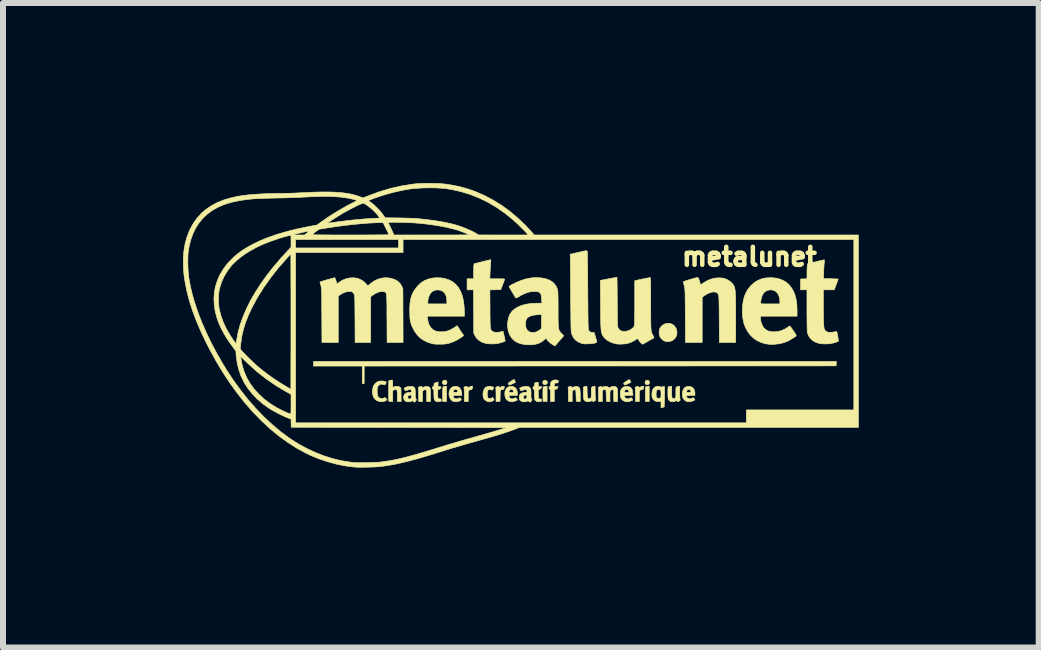
<source format=kicad_pcb>
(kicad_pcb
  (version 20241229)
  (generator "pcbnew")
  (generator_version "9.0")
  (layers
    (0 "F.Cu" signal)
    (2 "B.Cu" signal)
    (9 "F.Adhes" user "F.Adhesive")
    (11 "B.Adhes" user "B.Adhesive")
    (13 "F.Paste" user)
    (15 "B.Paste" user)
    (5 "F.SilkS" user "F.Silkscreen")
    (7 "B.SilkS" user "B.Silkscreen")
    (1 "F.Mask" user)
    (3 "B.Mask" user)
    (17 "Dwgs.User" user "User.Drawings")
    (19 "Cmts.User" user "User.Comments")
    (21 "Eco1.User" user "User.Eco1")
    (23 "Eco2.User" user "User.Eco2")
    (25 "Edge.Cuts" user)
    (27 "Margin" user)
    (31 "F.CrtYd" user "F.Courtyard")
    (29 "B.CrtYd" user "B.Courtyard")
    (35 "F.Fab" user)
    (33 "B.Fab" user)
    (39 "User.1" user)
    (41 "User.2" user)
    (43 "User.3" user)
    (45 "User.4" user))
  (footprint "metalunet"
    (layer "F.Cu")
    (at 5.629 2.371)
    (property "Reference" "metalunet" (at 3.81 -1.143 0) (layer "F.SilkS") (effects (font (size 0.3 0.3) (thickness 0.075))))
    (attr through_hole)
    (fp_poly (pts (xy 5.257 0.64) (xy 5.255 0.676) (xy 1.322 0.678) (xy -2.61 0.679) (xy -2.61 0.972) (xy -2.642 0.972) (xy -2.642 0.679) (xy -3.454 0.679) (xy -3.454 0.603) (xy 5.258 0.603) (xy 5.257 0.64)) (stroke (width 0.01) (type solid)) (fill yes) (layer "F.SilkS"))
    (fp_poly (pts (xy -1.246 0.919) (xy -1.234 0.932) (xy -1.23 0.954) (xy -1.235 0.973) (xy -1.249 0.985) (xy -1.266 0.991) (xy -1.285 0.988) (xy -1.298 0.979) (xy -1.307 0.961) (xy -1.306 0.942) (xy -1.296 0.926) (xy -1.279 0.916) (xy -1.267 0.914) (xy -1.246 0.919)) (stroke (width 0.01) (type solid)) (fill yes) (layer "F.SilkS"))
    (fp_poly (pts (xy 2.14 1.27) (xy 2.076 1.27) (xy 2.076 1.146) (xy 2.077 1.101) (xy 2.077 1.068) (xy 2.078 1.045) (xy 2.08 1.03) (xy 2.083 1.023) (xy 2.084 1.022) (xy 2.096 1.021) (xy 2.113 1.019) (xy 2.116 1.018) (xy 2.14 1.014) (xy 2.14 1.27)) (stroke (width 0.01) (type solid)) (fill yes) (layer "F.SilkS"))
    (fp_poly (pts (xy -1.238 1.27) (xy -1.302 1.27) (xy -1.302 1.146) (xy -1.302 1.104) (xy -1.301 1.072) (xy -1.301 1.05) (xy -1.299 1.036) (xy -1.297 1.027) (xy -1.295 1.023) (xy -1.291 1.022) (xy -1.29 1.022) (xy -1.275 1.021) (xy -1.258 1.018) (xy -1.238 1.014) (xy -1.238 1.27)) (stroke (width 0.01) (type solid)) (fill yes) (layer "F.SilkS"))
    (fp_poly (pts (xy 2.127 0.92) (xy 2.14 0.933) (xy 2.146 0.95) (xy 2.143 0.968) (xy 2.135 0.98) (xy 2.117 0.989) (xy 2.097 0.989) (xy 2.08 0.981) (xy 2.08 0.981) (xy 2.073 0.967) (xy 2.07 0.953) (xy 2.075 0.931) (xy 2.09 0.918) (xy 2.108 0.914) (xy 2.127 0.92)) (stroke (width 0.01) (type solid)) (fill yes) (layer "F.SilkS"))
    (fp_poly (pts (xy 0.419 0.918) (xy 0.435 0.93) (xy 0.438 0.935) (xy 0.444 0.949) (xy 0.443 0.96) (xy 0.438 0.97) (xy 0.423 0.984) (xy 0.404 0.99) (xy 0.384 0.985) (xy 0.378 0.982) (xy 0.368 0.968) (xy 0.366 0.953) (xy 0.371 0.933) (xy 0.384 0.92) (xy 0.401 0.915) (xy 0.419 0.918)) (stroke (width 0.01) (type solid)) (fill yes) (layer "F.SilkS"))
    (fp_poly (pts (xy 0.438 1.27) (xy 0.407 1.27) (xy 0.389 1.269) (xy 0.376 1.267) (xy 0.373 1.266) (xy 0.371 1.258) (xy 0.37 1.24) (xy 0.369 1.215) (xy 0.369 1.184) (xy 0.368 1.151) (xy 0.369 1.117) (xy 0.369 1.086) (xy 0.37 1.058) (xy 0.371 1.038) (xy 0.373 1.028) (xy 0.373 1.027) (xy 0.382 1.024) (xy 0.398 1.021) (xy 0.408 1.019) (xy 0.438 1.015) (xy 0.438 1.27)) (stroke (width 0.01) (type solid)) (fill yes) (layer "F.SilkS"))
    (fp_poly (pts (xy 1.81 0.907) (xy 1.821 0.92) (xy 1.822 0.922) (xy 1.831 0.937) (xy 1.835 0.946) (xy 1.835 0.947) (xy 1.83 0.951) (xy 1.816 0.959) (xy 1.797 0.969) (xy 1.776 0.979) (xy 1.756 0.988) (xy 1.741 0.993) (xy 1.741 0.993) (xy 1.728 0.993) (xy 1.721 0.985) (xy 1.716 0.972) (xy 1.714 0.966) (xy 1.72 0.96) (xy 1.734 0.949) (xy 1.756 0.934) (xy 1.783 0.917) (xy 1.802 0.906) (xy 1.81 0.907)) (stroke (width 0.01) (type solid)) (fill yes) (layer "F.SilkS"))
    (fp_poly (pts (xy -0.112 0.902) (xy -0.107 0.91) (xy -0.1 0.924) (xy -0.093 0.938) (xy -0.089 0.948) (xy -0.089 0.949) (xy -0.094 0.953) (xy -0.108 0.96) (xy -0.127 0.97) (xy -0.148 0.979) (xy -0.168 0.988) (xy -0.183 0.993) (xy -0.184 0.994) (xy -0.196 0.993) (xy -0.203 0.985) (xy -0.208 0.972) (xy -0.21 0.966) (xy -0.205 0.961) (xy -0.192 0.951) (xy -0.174 0.938) (xy -0.155 0.926) (xy -0.136 0.914) (xy -0.121 0.906) (xy -0.112 0.902) (xy -0.112 0.902)) (stroke (width 0.01) (type solid)) (fill yes) (layer "F.SilkS"))
    (fp_poly (pts (xy 2.48 -0.032) (xy 2.511 -0.023) (xy 2.547 -0.002) (xy 2.573 0.027) (xy 2.592 0.06) (xy 2.601 0.097) (xy 2.602 0.135) (xy 2.595 0.172) (xy 2.578 0.206) (xy 2.553 0.235) (xy 2.519 0.258) (xy 2.519 0.258) (xy 2.479 0.27) (xy 2.438 0.273) (xy 2.4 0.264) (xy 2.389 0.26) (xy 2.359 0.24) (xy 2.333 0.212) (xy 2.314 0.181) (xy 2.314 0.18) (xy 2.308 0.155) (xy 2.305 0.124) (xy 2.307 0.092) (xy 2.313 0.064) (xy 2.315 0.059) (xy 2.336 0.023) (xy 2.365 -0.004) (xy 2.401 -0.023) (xy 2.44 -0.033) (xy 2.48 -0.032)) (stroke (width 0.01) (type solid)) (fill yes) (layer "F.SilkS"))
    (fp_poly (pts (xy -0.808 1.016) (xy -0.802 1.02) (xy -0.802 1.029) (xy -0.807 1.047) (xy -0.807 1.049) (xy -0.814 1.065) (xy -0.822 1.072) (xy -0.831 1.073) (xy -0.85 1.077) (xy -0.862 1.083) (xy -0.868 1.088) (xy -0.872 1.094) (xy -0.874 1.103) (xy -0.876 1.119) (xy -0.876 1.142) (xy -0.876 1.176) (xy -0.876 1.181) (xy -0.876 1.27) (xy -0.94 1.27) (xy -0.94 1.179) (xy -0.94 1.143) (xy -0.941 1.11) (xy -0.942 1.081) (xy -0.943 1.062) (xy -0.944 1.059) (xy -0.948 1.03) (xy -0.921 1.022) (xy -0.9 1.019) (xy -0.888 1.023) (xy -0.883 1.036) (xy -0.883 1.04) (xy -0.879 1.043) (xy -0.867 1.036) (xy -0.863 1.032) (xy -0.839 1.019) (xy -0.822 1.016) (xy -0.808 1.016)) (stroke (width 0.01) (type solid)) (fill yes) (layer "F.SilkS"))
    (fp_poly (pts (xy -0.283 1.017) (xy -0.274 1.021) (xy -0.273 1.025) (xy -0.275 1.036) (xy -0.28 1.053) (xy -0.28 1.053) (xy -0.288 1.068) (xy -0.299 1.073) (xy -0.304 1.073) (xy -0.318 1.074) (xy -0.329 1.078) (xy -0.336 1.086) (xy -0.34 1.101) (xy -0.343 1.124) (xy -0.344 1.157) (xy -0.344 1.178) (xy -0.346 1.267) (xy -0.379 1.269) (xy -0.413 1.271) (xy -0.413 1.164) (xy -0.413 1.128) (xy -0.414 1.095) (xy -0.415 1.068) (xy -0.416 1.05) (xy -0.416 1.044) (xy -0.417 1.035) (xy -0.41 1.029) (xy -0.394 1.023) (xy -0.372 1.019) (xy -0.36 1.021) (xy -0.356 1.031) (xy -0.356 1.032) (xy -0.353 1.04) (xy -0.345 1.039) (xy -0.33 1.029) (xy -0.315 1.021) (xy -0.298 1.017) (xy -0.283 1.017)) (stroke (width 0.01) (type solid)) (fill yes) (layer "F.SilkS"))
    (fp_poly (pts (xy 2.043 1.017) (xy 2.049 1.02) (xy 2.049 1.03) (xy 2.045 1.049) (xy 2.044 1.049) (xy 2.038 1.065) (xy 2.031 1.072) (xy 2.02 1.073) (xy 2.002 1.077) (xy 1.989 1.083) (xy 1.983 1.088) (xy 1.979 1.094) (xy 1.977 1.103) (xy 1.976 1.119) (xy 1.975 1.142) (xy 1.975 1.176) (xy 1.975 1.181) (xy 1.975 1.27) (xy 1.911 1.27) (xy 1.911 1.169) (xy 1.911 1.133) (xy 1.91 1.1) (xy 1.909 1.073) (xy 1.908 1.054) (xy 1.907 1.049) (xy 1.906 1.037) (xy 1.91 1.03) (xy 1.922 1.025) (xy 1.93 1.022) (xy 1.951 1.018) (xy 1.963 1.021) (xy 1.968 1.031) (xy 1.968 1.036) (xy 1.969 1.044) (xy 1.973 1.044) (xy 1.983 1.036) (xy 1.988 1.032) (xy 2.013 1.019) (xy 2.029 1.016) (xy 2.043 1.017)) (stroke (width 0.01) (type solid)) (fill yes) (layer "F.SilkS"))
    (fp_poly (pts (xy -2.143 0.913) (xy -2.139 0.918) (xy -2.137 0.923) (xy -2.136 0.936) (xy -2.134 0.957) (xy -2.134 0.982) (xy -2.134 0.986) (xy -2.134 1.034) (xy -2.112 1.025) (xy -2.08 1.017) (xy -2.05 1.017) (xy -2.024 1.025) (xy -2.015 1.031) (xy -1.997 1.047) (xy -1.995 1.158) (xy -1.993 1.27) (xy -2.057 1.27) (xy -2.057 1.181) (xy -2.058 1.137) (xy -2.06 1.106) (xy -2.063 1.084) (xy -2.07 1.072) (xy -2.08 1.067) (xy -2.093 1.069) (xy -2.111 1.077) (xy -2.112 1.077) (xy -2.134 1.087) (xy -2.134 1.27) (xy -2.166 1.27) (xy -2.187 1.268) (xy -2.199 1.264) (xy -2.201 1.262) (xy -2.201 1.254) (xy -2.202 1.234) (xy -2.202 1.206) (xy -2.202 1.17) (xy -2.202 1.129) (xy -2.202 1.089) (xy -2.2 0.925) (xy -2.171 0.917) (xy -2.153 0.913) (xy -2.143 0.913)) (stroke (width 0.01) (type solid)) (fill yes) (layer "F.SilkS"))
    (fp_poly (pts (xy 0.586 0.911) (xy 0.61 0.915) (xy 0.623 0.921) (xy 0.627 0.93) (xy 0.623 0.944) (xy 0.623 0.945) (xy 0.616 0.958) (xy 0.606 0.962) (xy 0.596 0.961) (xy 0.576 0.961) (xy 0.564 0.972) (xy 0.559 0.992) (xy 0.559 0.998) (xy 0.559 1.022) (xy 0.622 1.022) (xy 0.613 1.043) (xy 0.605 1.058) (xy 0.592 1.064) (xy 0.582 1.066) (xy 0.559 1.068) (xy 0.559 1.27) (xy 0.495 1.27) (xy 0.495 1.169) (xy 0.495 1.131) (xy 0.495 1.104) (xy 0.494 1.086) (xy 0.492 1.075) (xy 0.489 1.069) (xy 0.485 1.066) (xy 0.483 1.065) (xy 0.473 1.058) (xy 0.47 1.043) (xy 0.47 1.042) (xy 0.472 1.028) (xy 0.479 1.023) (xy 0.483 1.022) (xy 0.49 1.021) (xy 0.494 1.013) (xy 0.495 0.997) (xy 0.495 0.992) (xy 0.497 0.97) (xy 0.501 0.951) (xy 0.503 0.946) (xy 0.519 0.928) (xy 0.542 0.916) (xy 0.569 0.91) (xy 0.586 0.911)) (stroke (width 0.01) (type solid)) (fill yes) (layer "F.SilkS"))
    (fp_poly (pts (xy -1.542 1.022) (xy -1.521 1.037) (xy -1.519 1.038) (xy -1.514 1.045) (xy -1.51 1.052) (xy -1.508 1.063) (xy -1.506 1.078) (xy -1.505 1.1) (xy -1.505 1.132) (xy -1.505 1.162) (xy -1.505 1.27) (xy -1.568 1.27) (xy -1.568 1.182) (xy -1.569 1.149) (xy -1.569 1.12) (xy -1.571 1.098) (xy -1.572 1.085) (xy -1.572 1.083) (xy -1.581 1.075) (xy -1.597 1.074) (xy -1.616 1.079) (xy -1.623 1.083) (xy -1.629 1.088) (xy -1.633 1.093) (xy -1.636 1.102) (xy -1.637 1.116) (xy -1.638 1.137) (xy -1.638 1.169) (xy -1.638 1.182) (xy -1.638 1.27) (xy -1.702 1.27) (xy -1.702 1.164) (xy -1.702 1.127) (xy -1.703 1.095) (xy -1.704 1.068) (xy -1.705 1.05) (xy -1.706 1.044) (xy -1.706 1.035) (xy -1.699 1.029) (xy -1.683 1.023) (xy -1.661 1.019) (xy -1.649 1.021) (xy -1.645 1.031) (xy -1.645 1.033) (xy -1.642 1.04) (xy -1.64 1.04) (xy -1.601 1.023) (xy -1.568 1.017) (xy -1.542 1.022)) (stroke (width 0.01) (type solid)) (fill yes) (layer "F.SilkS"))
    (fp_poly (pts (xy 0.961 1.027) (xy 0.979 1.044) (xy 0.984 1.055) (xy 0.986 1.069) (xy 0.988 1.092) (xy 0.99 1.124) (xy 0.991 1.16) (xy 0.991 1.173) (xy 0.991 1.271) (xy 0.957 1.269) (xy 0.924 1.267) (xy 0.921 1.172) (xy 0.919 1.135) (xy 0.918 1.109) (xy 0.917 1.092) (xy 0.914 1.082) (xy 0.911 1.077) (xy 0.906 1.075) (xy 0.903 1.074) (xy 0.887 1.076) (xy 0.873 1.082) (xy 0.867 1.087) (xy 0.862 1.092) (xy 0.86 1.101) (xy 0.858 1.115) (xy 0.857 1.136) (xy 0.857 1.168) (xy 0.857 1.181) (xy 0.857 1.27) (xy 0.794 1.27) (xy 0.794 1.173) (xy 0.793 1.137) (xy 0.793 1.104) (xy 0.792 1.077) (xy 0.79 1.058) (xy 0.79 1.053) (xy 0.788 1.038) (xy 0.791 1.03) (xy 0.802 1.025) (xy 0.813 1.022) (xy 0.832 1.019) (xy 0.843 1.021) (xy 0.851 1.032) (xy 0.852 1.037) (xy 0.858 1.037) (xy 0.872 1.032) (xy 0.879 1.029) (xy 0.909 1.018) (xy 0.938 1.018) (xy 0.961 1.027)) (stroke (width 0.01) (type solid)) (fill yes) (layer "F.SilkS"))
    (fp_poly (pts (xy -0.477 1.022) (xy -0.471 1.025) (xy -0.456 1.034) (xy -0.452 1.044) (xy -0.457 1.056) (xy -0.464 1.066) (xy -0.474 1.078) (xy -0.482 1.081) (xy -0.493 1.076) (xy -0.495 1.075) (xy -0.516 1.068) (xy -0.536 1.072) (xy -0.55 1.086) (xy -0.551 1.089) (xy -0.555 1.104) (xy -0.558 1.126) (xy -0.559 1.149) (xy -0.558 1.175) (xy -0.554 1.193) (xy -0.548 1.206) (xy -0.546 1.209) (xy -0.528 1.223) (xy -0.509 1.224) (xy -0.487 1.213) (xy -0.487 1.213) (xy -0.471 1.2) (xy -0.457 1.219) (xy -0.448 1.233) (xy -0.447 1.241) (xy -0.453 1.249) (xy -0.454 1.251) (xy -0.466 1.259) (xy -0.486 1.267) (xy -0.508 1.274) (xy -0.527 1.276) (xy -0.528 1.276) (xy -0.539 1.274) (xy -0.556 1.269) (xy -0.561 1.267) (xy -0.591 1.251) (xy -0.613 1.228) (xy -0.626 1.197) (xy -0.63 1.156) (xy -0.631 1.149) (xy -0.626 1.108) (xy -0.614 1.073) (xy -0.596 1.044) (xy -0.583 1.033) (xy -0.561 1.023) (xy -0.533 1.017) (xy -0.503 1.017) (xy -0.477 1.022)) (stroke (width 0.01) (type solid)) (fill yes) (layer "F.SilkS"))
    (fp_poly (pts (xy -1.078 1.018) (xy -1.043 1.026) (xy -1.017 1.045) (xy -0.998 1.073) (xy -0.988 1.112) (xy -0.986 1.127) (xy -0.983 1.168) (xy -1.124 1.168) (xy -1.124 1.184) (xy -1.119 1.204) (xy -1.104 1.218) (xy -1.083 1.225) (xy -1.058 1.224) (xy -1.034 1.215) (xy -1.02 1.209) (xy -1.011 1.21) (xy -1.003 1.218) (xy -1.002 1.219) (xy -0.994 1.232) (xy -0.992 1.241) (xy -1.002 1.252) (xy -1.022 1.262) (xy -1.047 1.27) (xy -1.075 1.274) (xy -1.102 1.273) (xy -1.122 1.27) (xy -1.149 1.255) (xy -1.171 1.231) (xy -1.187 1.199) (xy -1.196 1.163) (xy -1.196 1.124) (xy -1.194 1.112) (xy -1.192 1.104) (xy -1.124 1.104) (xy -1.123 1.112) (xy -1.116 1.116) (xy -1.102 1.117) (xy -1.089 1.118) (xy -1.069 1.117) (xy -1.059 1.115) (xy -1.055 1.11) (xy -1.054 1.1) (xy -1.058 1.08) (xy -1.071 1.07) (xy -1.09 1.067) (xy -1.11 1.072) (xy -1.121 1.086) (xy -1.124 1.104) (xy -1.192 1.104) (xy -1.182 1.074) (xy -1.161 1.045) (xy -1.134 1.026) (xy -1.1 1.017) (xy -1.078 1.018)) (stroke (width 0.01) (type solid)) (fill yes) (layer "F.SilkS"))
    (fp_poly (pts (xy -2.303 0.929) (xy -2.277 0.932) (xy -2.257 0.939) (xy -2.244 0.947) (xy -2.242 0.953) (xy -2.245 0.963) (xy -2.253 0.977) (xy -2.254 0.978) (xy -2.263 0.989) (xy -2.271 0.993) (xy -2.283 0.989) (xy -2.29 0.987) (xy -2.32 0.98) (xy -2.347 0.985) (xy -2.37 1.003) (xy -2.387 1.027) (xy -2.391 1.042) (xy -2.393 1.066) (xy -2.394 1.094) (xy -2.393 1.124) (xy -2.391 1.151) (xy -2.387 1.172) (xy -2.385 1.177) (xy -2.375 1.195) (xy -2.362 1.208) (xy -2.361 1.209) (xy -2.343 1.216) (xy -2.318 1.219) (xy -2.294 1.217) (xy -2.275 1.21) (xy -2.275 1.21) (xy -2.266 1.204) (xy -2.259 1.206) (xy -2.249 1.216) (xy -2.245 1.221) (xy -2.229 1.241) (xy -2.243 1.252) (xy -2.271 1.266) (xy -2.305 1.274) (xy -2.342 1.273) (xy -2.359 1.27) (xy -2.399 1.255) (xy -2.43 1.23) (xy -2.454 1.196) (xy -2.468 1.154) (xy -2.472 1.108) (xy -2.468 1.058) (xy -2.458 1.018) (xy -2.439 0.984) (xy -2.411 0.956) (xy -2.402 0.95) (xy -2.383 0.938) (xy -2.364 0.932) (xy -2.339 0.929) (xy -2.332 0.928) (xy -2.303 0.929)) (stroke (width 0.01) (type solid)) (fill yes) (layer "F.SilkS"))
    (fp_poly (pts (xy -1.381 1.019) (xy -1.354 1.021) (xy -1.337 1.023) (xy -1.33 1.027) (xy -1.33 1.034) (xy -1.331 1.037) (xy -1.34 1.056) (xy -1.353 1.065) (xy -1.366 1.067) (xy -1.384 1.067) (xy -1.384 1.137) (xy -1.384 1.168) (xy -1.383 1.19) (xy -1.381 1.204) (xy -1.377 1.213) (xy -1.372 1.218) (xy -1.355 1.228) (xy -1.345 1.227) (xy -1.333 1.227) (xy -1.328 1.234) (xy -1.326 1.244) (xy -1.325 1.257) (xy -1.331 1.265) (xy -1.345 1.27) (xy -1.346 1.27) (xy -1.368 1.275) (xy -1.386 1.275) (xy -1.4 1.271) (xy -1.418 1.264) (xy -1.431 1.254) (xy -1.439 1.241) (xy -1.444 1.221) (xy -1.447 1.192) (xy -1.448 1.154) (xy -1.448 1.147) (xy -1.448 1.114) (xy -1.449 1.092) (xy -1.45 1.078) (xy -1.453 1.07) (xy -1.457 1.066) (xy -1.46 1.065) (xy -1.47 1.058) (xy -1.474 1.045) (xy -1.473 1.032) (xy -1.466 1.023) (xy -1.461 1.022) (xy -1.453 1.02) (xy -1.449 1.011) (xy -1.447 0.993) (xy -1.447 0.993) (xy -1.445 0.978) (xy -1.443 0.968) (xy -1.436 0.962) (xy -1.423 0.957) (xy -1.4 0.951) (xy -1.395 0.95) (xy -1.377 0.946) (xy -1.381 1.019)) (stroke (width 0.01) (type solid)) (fill yes) (layer "F.SilkS"))
    (fp_poly (pts (xy 1.783 1.019) (xy 1.806 1.025) (xy 1.832 1.039) (xy 1.85 1.061) (xy 1.861 1.09) (xy 1.865 1.125) (xy 1.869 1.168) (xy 1.798 1.168) (xy 1.767 1.169) (xy 1.747 1.169) (xy 1.735 1.171) (xy 1.729 1.174) (xy 1.727 1.179) (xy 1.727 1.18) (xy 1.731 1.193) (xy 1.74 1.208) (xy 1.74 1.209) (xy 1.758 1.222) (xy 1.782 1.226) (xy 1.808 1.221) (xy 1.818 1.216) (xy 1.834 1.209) (xy 1.843 1.208) (xy 1.851 1.217) (xy 1.856 1.226) (xy 1.868 1.245) (xy 1.834 1.261) (xy 1.794 1.274) (xy 1.755 1.274) (xy 1.727 1.266) (xy 1.7 1.251) (xy 1.68 1.23) (xy 1.669 1.212) (xy 1.661 1.185) (xy 1.657 1.151) (xy 1.659 1.116) (xy 1.661 1.106) (xy 1.727 1.106) (xy 1.729 1.113) (xy 1.736 1.116) (xy 1.752 1.117) (xy 1.766 1.118) (xy 1.805 1.118) (xy 1.8 1.1) (xy 1.792 1.079) (xy 1.78 1.069) (xy 1.765 1.067) (xy 1.747 1.072) (xy 1.733 1.087) (xy 1.727 1.106) (xy 1.727 1.106) (xy 1.661 1.106) (xy 1.666 1.085) (xy 1.669 1.076) (xy 1.689 1.047) (xy 1.716 1.027) (xy 1.748 1.018) (xy 1.783 1.019)) (stroke (width 0.01) (type solid)) (fill yes) (layer "F.SilkS"))
    (fp_poly (pts (xy -0.134 1.019) (xy -0.104 1.032) (xy -0.08 1.054) (xy -0.064 1.085) (xy -0.057 1.124) (xy -0.057 1.132) (xy -0.057 1.168) (xy -0.127 1.168) (xy -0.158 1.169) (xy -0.178 1.169) (xy -0.19 1.171) (xy -0.195 1.174) (xy -0.197 1.179) (xy -0.197 1.18) (xy -0.193 1.193) (xy -0.184 1.208) (xy -0.184 1.209) (xy -0.166 1.222) (xy -0.142 1.226) (xy -0.116 1.221) (xy -0.106 1.216) (xy -0.09 1.209) (xy -0.081 1.208) (xy -0.073 1.217) (xy -0.068 1.226) (xy -0.056 1.245) (xy -0.09 1.261) (xy -0.13 1.274) (xy -0.167 1.274) (xy -0.2 1.264) (xy -0.23 1.245) (xy -0.251 1.218) (xy -0.263 1.183) (xy -0.267 1.142) (xy -0.263 1.106) (xy -0.197 1.106) (xy -0.195 1.113) (xy -0.188 1.116) (xy -0.172 1.117) (xy -0.159 1.118) (xy -0.137 1.117) (xy -0.126 1.115) (xy -0.121 1.11) (xy -0.121 1.106) (xy -0.126 1.087) (xy -0.14 1.073) (xy -0.158 1.067) (xy -0.159 1.067) (xy -0.177 1.072) (xy -0.191 1.087) (xy -0.197 1.106) (xy -0.197 1.106) (xy -0.263 1.106) (xy -0.262 1.1) (xy -0.248 1.065) (xy -0.227 1.039) (xy -0.197 1.023) (xy -0.172 1.017) (xy -0.134 1.019)) (stroke (width 0.01) (type solid)) (fill yes) (layer "F.SilkS"))
    (fp_poly (pts (xy 0.288 0.949) (xy 0.291 0.957) (xy 0.292 0.974) (xy 0.292 0.984) (xy 0.292 1.022) (xy 0.349 1.022) (xy 0.34 1.043) (xy 0.331 1.058) (xy 0.317 1.065) (xy 0.312 1.066) (xy 0.292 1.068) (xy 0.292 1.143) (xy 0.292 1.176) (xy 0.293 1.198) (xy 0.295 1.212) (xy 0.298 1.22) (xy 0.303 1.224) (xy 0.304 1.225) (xy 0.32 1.229) (xy 0.328 1.228) (xy 0.339 1.228) (xy 0.345 1.238) (xy 0.346 1.242) (xy 0.347 1.256) (xy 0.345 1.264) (xy 0.332 1.27) (xy 0.312 1.273) (xy 0.289 1.273) (xy 0.269 1.27) (xy 0.262 1.267) (xy 0.247 1.257) (xy 0.236 1.246) (xy 0.235 1.246) (xy 0.233 1.234) (xy 0.231 1.213) (xy 0.229 1.184) (xy 0.229 1.15) (xy 0.229 1.15) (xy 0.228 1.116) (xy 0.228 1.093) (xy 0.227 1.078) (xy 0.224 1.071) (xy 0.221 1.067) (xy 0.216 1.067) (xy 0.207 1.064) (xy 0.204 1.054) (xy 0.203 1.045) (xy 0.205 1.029) (xy 0.213 1.021) (xy 0.216 1.021) (xy 0.224 1.016) (xy 0.228 1.005) (xy 0.229 0.989) (xy 0.229 0.971) (xy 0.233 0.962) (xy 0.243 0.958) (xy 0.251 0.956) (xy 0.269 0.952) (xy 0.282 0.949) (xy 0.283 0.948) (xy 0.288 0.949)) (stroke (width 0.01) (type solid)) (fill yes) (layer "F.SilkS"))
    (fp_poly (pts (xy 2.312 1.019) (xy 2.329 1.026) (xy 2.339 1.031) (xy 2.343 1.029) (xy 2.349 1.025) (xy 2.363 1.023) (xy 2.37 1.022) (xy 2.397 1.022) (xy 2.395 1.189) (xy 2.394 1.234) (xy 2.393 1.274) (xy 2.392 1.309) (xy 2.391 1.336) (xy 2.39 1.354) (xy 2.389 1.36) (xy 2.38 1.364) (xy 2.364 1.368) (xy 2.361 1.369) (xy 2.337 1.373) (xy 2.337 1.263) (xy 2.319 1.268) (xy 2.283 1.273) (xy 2.249 1.266) (xy 2.22 1.249) (xy 2.199 1.222) (xy 2.191 1.204) (xy 2.186 1.184) (xy 2.185 1.163) (xy 2.255 1.163) (xy 2.258 1.187) (xy 2.266 1.204) (xy 2.271 1.209) (xy 2.287 1.218) (xy 2.307 1.218) (xy 2.325 1.209) (xy 2.325 1.209) (xy 2.331 1.201) (xy 2.335 1.19) (xy 2.336 1.171) (xy 2.337 1.143) (xy 2.337 1.143) (xy 2.336 1.113) (xy 2.334 1.094) (xy 2.328 1.082) (xy 2.319 1.075) (xy 2.305 1.07) (xy 2.284 1.07) (xy 2.269 1.082) (xy 2.259 1.104) (xy 2.256 1.129) (xy 2.255 1.163) (xy 2.185 1.163) (xy 2.185 1.158) (xy 2.185 1.149) (xy 2.189 1.103) (xy 2.202 1.067) (xy 2.223 1.039) (xy 2.235 1.03) (xy 2.258 1.02) (xy 2.286 1.016) (xy 2.312 1.019)) (stroke (width 0.01) (type solid)) (fill yes) (layer "F.SilkS"))
    (fp_poly (pts (xy 2.821 1.019) (xy 2.852 1.031) (xy 2.877 1.053) (xy 2.893 1.083) (xy 2.901 1.122) (xy 2.902 1.138) (xy 2.902 1.168) (xy 2.832 1.168) (xy 2.802 1.168) (xy 2.782 1.169) (xy 2.77 1.171) (xy 2.764 1.174) (xy 2.762 1.179) (xy 2.762 1.183) (xy 2.768 1.202) (xy 2.782 1.216) (xy 2.803 1.224) (xy 2.828 1.224) (xy 2.853 1.216) (xy 2.853 1.216) (xy 2.869 1.209) (xy 2.878 1.208) (xy 2.885 1.217) (xy 2.89 1.225) (xy 2.9 1.243) (xy 2.876 1.257) (xy 2.849 1.267) (xy 2.817 1.273) (xy 2.786 1.274) (xy 2.766 1.27) (xy 2.743 1.258) (xy 2.72 1.237) (xy 2.703 1.213) (xy 2.701 1.208) (xy 2.697 1.191) (xy 2.693 1.167) (xy 2.692 1.143) (xy 2.696 1.106) (xy 2.762 1.106) (xy 2.764 1.113) (xy 2.772 1.116) (xy 2.788 1.117) (xy 2.799 1.118) (xy 2.82 1.117) (xy 2.831 1.116) (xy 2.835 1.111) (xy 2.834 1.102) (xy 2.834 1.1) (xy 2.827 1.08) (xy 2.815 1.069) (xy 2.8 1.067) (xy 2.782 1.072) (xy 2.768 1.087) (xy 2.762 1.106) (xy 2.762 1.106) (xy 2.696 1.106) (xy 2.697 1.1) (xy 2.71 1.065) (xy 2.731 1.039) (xy 2.76 1.023) (xy 2.784 1.018) (xy 2.821 1.019)) (stroke (width 0.01) (type solid)) (fill yes) (layer "F.SilkS"))
    (fp_poly (pts (xy 1.24 1.122) (xy 1.24 1.158) (xy 1.242 1.19) (xy 1.243 1.216) (xy 1.245 1.233) (xy 1.247 1.239) (xy 1.247 1.248) (xy 1.238 1.257) (xy 1.23 1.262) (xy 1.215 1.27) (xy 1.206 1.271) (xy 1.199 1.266) (xy 1.198 1.265) (xy 1.191 1.26) (xy 1.182 1.259) (xy 1.167 1.264) (xy 1.162 1.266) (xy 1.134 1.274) (xy 1.108 1.274) (xy 1.096 1.272) (xy 1.07 1.259) (xy 1.052 1.238) (xy 1.048 1.226) (xy 1.046 1.212) (xy 1.044 1.19) (xy 1.043 1.162) (xy 1.042 1.131) (xy 1.042 1.1) (xy 1.042 1.071) (xy 1.043 1.048) (xy 1.044 1.032) (xy 1.046 1.027) (xy 1.055 1.024) (xy 1.071 1.021) (xy 1.077 1.019) (xy 1.103 1.015) (xy 1.106 1.11) (xy 1.107 1.152) (xy 1.109 1.182) (xy 1.113 1.203) (xy 1.118 1.216) (xy 1.125 1.223) (xy 1.134 1.226) (xy 1.136 1.226) (xy 1.149 1.222) (xy 1.161 1.216) (xy 1.166 1.211) (xy 1.17 1.205) (xy 1.173 1.195) (xy 1.174 1.18) (xy 1.175 1.156) (xy 1.175 1.122) (xy 1.175 1.118) (xy 1.175 1.082) (xy 1.175 1.058) (xy 1.177 1.041) (xy 1.181 1.031) (xy 1.189 1.026) (xy 1.2 1.023) (xy 1.217 1.019) (xy 1.217 1.019) (xy 1.238 1.015) (xy 1.24 1.122)) (stroke (width 0.01) (type solid)) (fill yes) (layer "F.SilkS"))
    (fp_poly (pts (xy 2.515 1.097) (xy 2.515 1.13) (xy 2.516 1.16) (xy 2.517 1.184) (xy 2.518 1.199) (xy 2.519 1.199) (xy 2.527 1.217) (xy 2.542 1.224) (xy 2.561 1.221) (xy 2.569 1.217) (xy 2.575 1.212) (xy 2.579 1.207) (xy 2.582 1.198) (xy 2.584 1.184) (xy 2.584 1.163) (xy 2.584 1.132) (xy 2.584 1.118) (xy 2.584 1.082) (xy 2.585 1.058) (xy 2.587 1.041) (xy 2.591 1.031) (xy 2.598 1.026) (xy 2.61 1.023) (xy 2.627 1.019) (xy 2.627 1.019) (xy 2.648 1.015) (xy 2.648 1.117) (xy 2.648 1.153) (xy 2.649 1.185) (xy 2.651 1.211) (xy 2.653 1.229) (xy 2.654 1.234) (xy 2.657 1.245) (xy 2.652 1.253) (xy 2.639 1.263) (xy 2.638 1.263) (xy 2.624 1.271) (xy 2.615 1.272) (xy 2.609 1.268) (xy 2.606 1.265) (xy 2.599 1.257) (xy 2.592 1.256) (xy 2.58 1.261) (xy 2.573 1.265) (xy 2.542 1.275) (xy 2.512 1.273) (xy 2.508 1.272) (xy 2.489 1.265) (xy 2.474 1.255) (xy 2.464 1.242) (xy 2.457 1.223) (xy 2.453 1.197) (xy 2.452 1.162) (xy 2.451 1.121) (xy 2.451 1.089) (xy 2.452 1.061) (xy 2.454 1.04) (xy 2.455 1.028) (xy 2.456 1.027) (xy 2.465 1.024) (xy 2.481 1.021) (xy 2.488 1.019) (xy 2.515 1.015) (xy 2.515 1.097)) (stroke (width 0.01) (type solid)) (fill yes) (layer "F.SilkS"))
    (fp_poly (pts (xy 1.43 1.019) (xy 1.453 1.027) (xy 1.462 1.034) (xy 1.471 1.042) (xy 1.478 1.043) (xy 1.489 1.036) (xy 1.494 1.033) (xy 1.512 1.024) (xy 1.534 1.02) (xy 1.547 1.019) (xy 1.569 1.02) (xy 1.583 1.024) (xy 1.593 1.032) (xy 1.598 1.037) (xy 1.603 1.044) (xy 1.607 1.051) (xy 1.61 1.061) (xy 1.612 1.075) (xy 1.613 1.096) (xy 1.613 1.126) (xy 1.613 1.162) (xy 1.613 1.27) (xy 1.55 1.27) (xy 1.548 1.173) (xy 1.546 1.076) (xy 1.528 1.074) (xy 1.509 1.077) (xy 1.498 1.083) (xy 1.493 1.089) (xy 1.49 1.097) (xy 1.488 1.109) (xy 1.486 1.129) (xy 1.486 1.157) (xy 1.486 1.182) (xy 1.486 1.271) (xy 1.456 1.269) (xy 1.426 1.267) (xy 1.424 1.171) (xy 1.423 1.131) (xy 1.421 1.102) (xy 1.418 1.083) (xy 1.414 1.073) (xy 1.406 1.069) (xy 1.395 1.07) (xy 1.381 1.076) (xy 1.381 1.076) (xy 1.359 1.085) (xy 1.359 1.27) (xy 1.295 1.27) (xy 1.295 1.159) (xy 1.295 1.123) (xy 1.295 1.09) (xy 1.294 1.064) (xy 1.293 1.046) (xy 1.292 1.04) (xy 1.295 1.033) (xy 1.309 1.026) (xy 1.316 1.024) (xy 1.334 1.02) (xy 1.344 1.021) (xy 1.35 1.026) (xy 1.357 1.032) (xy 1.365 1.031) (xy 1.378 1.025) (xy 1.403 1.018) (xy 1.43 1.019)) (stroke (width 0.01) (type solid)) (fill yes) (layer "F.SilkS"))
    (fp_poly (pts (xy -1.813 1.019) (xy -1.801 1.022) (xy -1.784 1.029) (xy -1.772 1.039) (xy -1.764 1.053) (xy -1.76 1.075) (xy -1.758 1.105) (xy -1.758 1.136) (xy -1.758 1.169) (xy -1.758 1.192) (xy -1.756 1.207) (xy -1.752 1.218) (xy -1.747 1.226) (xy -1.747 1.226) (xy -1.74 1.236) (xy -1.739 1.244) (xy -1.746 1.254) (xy -1.752 1.262) (xy -1.77 1.283) (xy -1.787 1.269) (xy -1.8 1.26) (xy -1.809 1.259) (xy -1.821 1.265) (xy -1.823 1.266) (xy -1.847 1.274) (xy -1.876 1.276) (xy -1.905 1.271) (xy -1.922 1.264) (xy -1.94 1.248) (xy -1.95 1.225) (xy -1.953 1.193) (xy -1.885 1.193) (xy -1.883 1.207) (xy -1.873 1.219) (xy -1.863 1.229) (xy -1.855 1.231) (xy -1.844 1.227) (xy -1.839 1.225) (xy -1.828 1.218) (xy -1.823 1.207) (xy -1.822 1.19) (xy -1.823 1.172) (xy -1.826 1.164) (xy -1.836 1.162) (xy -1.844 1.162) (xy -1.865 1.166) (xy -1.876 1.176) (xy -1.885 1.193) (xy -1.953 1.193) (xy -1.953 1.192) (xy -1.945 1.164) (xy -1.927 1.141) (xy -1.901 1.125) (xy -1.866 1.118) (xy -1.856 1.118) (xy -1.836 1.117) (xy -1.827 1.115) (xy -1.823 1.109) (xy -1.822 1.099) (xy -1.826 1.08) (xy -1.838 1.07) (xy -1.857 1.07) (xy -1.885 1.079) (xy -1.898 1.084) (xy -1.912 1.09) (xy -1.922 1.089) (xy -1.932 1.079) (xy -1.943 1.06) (xy -1.943 1.06) (xy -1.943 1.05) (xy -1.932 1.04) (xy -1.914 1.032) (xy -1.89 1.024) (xy -1.864 1.02) (xy -1.837 1.018) (xy -1.813 1.019)) (stroke (width 0.01) (type solid)) (fill yes) (layer "F.SilkS"))
    (fp_poly (pts (xy 0.127 1.023) (xy 0.133 1.025) (xy 0.149 1.036) (xy 0.16 1.052) (xy 0.167 1.073) (xy 0.17 1.103) (xy 0.17 1.143) (xy 0.17 1.149) (xy 0.17 1.181) (xy 0.17 1.202) (xy 0.172 1.216) (xy 0.176 1.226) (xy 0.179 1.23) (xy 0.186 1.238) (xy 0.186 1.246) (xy 0.178 1.257) (xy 0.173 1.263) (xy 0.156 1.284) (xy 0.138 1.27) (xy 0.126 1.262) (xy 0.116 1.261) (xy 0.102 1.267) (xy 0.072 1.276) (xy 0.041 1.276) (xy 0.011 1.267) (xy -0.013 1.25) (xy -0.017 1.245) (xy -0.023 1.231) (xy -0.025 1.209) (xy -0.025 1.202) (xy 0.043 1.202) (xy 0.049 1.218) (xy 0.054 1.223) (xy 0.063 1.23) (xy 0.07 1.231) (xy 0.08 1.227) (xy 0.085 1.225) (xy 0.096 1.218) (xy 0.101 1.207) (xy 0.102 1.19) (xy 0.101 1.172) (xy 0.098 1.164) (xy 0.089 1.162) (xy 0.084 1.162) (xy 0.066 1.165) (xy 0.054 1.17) (xy 0.045 1.184) (xy 0.043 1.202) (xy -0.025 1.202) (xy -0.024 1.185) (xy -0.02 1.164) (xy -0.015 1.153) (xy 0.001 1.138) (xy 0.025 1.126) (xy 0.054 1.119) (xy 0.072 1.118) (xy 0.092 1.117) (xy 0.102 1.114) (xy 0.104 1.105) (xy 0.103 1.092) (xy 0.096 1.076) (xy 0.082 1.069) (xy 0.06 1.072) (xy 0.041 1.079) (xy 0.023 1.087) (xy 0.01 1.091) (xy 0.006 1.092) (xy 0.000012 1.087) (xy -0.008 1.076) (xy -0.015 1.062) (xy -0.019 1.052) (xy -0.019 1.051) (xy -0.014 1.047) (xy -0.001 1.039) (xy 0.008 1.034) (xy 0.037 1.024) (xy 0.069 1.018) (xy 0.101 1.017) (xy 0.127 1.023)) (stroke (width 0.01) (type solid)) (fill yes) (layer "F.SilkS"))
    (fp_poly (pts (xy -0.5 -1.092) (xy -0.499 -1.085) (xy -0.5 -1.068) (xy -0.501 -1.045) (xy -0.502 -1.035) (xy -0.504 -1.009) (xy -0.506 -0.974) (xy -0.509 -0.935) (xy -0.511 -0.894) (xy -0.512 -0.878) (xy -0.516 -0.775) (xy -0.391 -0.775) (xy -0.348 -0.775) (xy -0.316 -0.774) (xy -0.294 -0.774) (xy -0.28 -0.772) (xy -0.272 -0.771) (xy -0.269 -0.768) (xy -0.269 -0.764) (xy -0.27 -0.764) (xy -0.273 -0.754) (xy -0.28 -0.735) (xy -0.29 -0.709) (xy -0.301 -0.679) (xy -0.304 -0.673) (xy -0.334 -0.594) (xy -0.515 -0.59) (xy -0.513 -0.274) (xy -0.513 -0.2) (xy -0.512 -0.136) (xy -0.511 -0.084) (xy -0.511 -0.04) (xy -0.509 -0.005) (xy -0.507 0.022) (xy -0.505 0.044) (xy -0.502 0.06) (xy -0.498 0.072) (xy -0.493 0.081) (xy -0.487 0.089) (xy -0.48 0.095) (xy -0.474 0.1) (xy -0.449 0.113) (xy -0.415 0.118) (xy -0.377 0.117) (xy -0.342 0.111) (xy -0.32 0.106) (xy -0.303 0.103) (xy -0.295 0.103) (xy -0.295 0.103) (xy -0.293 0.109) (xy -0.289 0.126) (xy -0.284 0.148) (xy -0.278 0.175) (xy -0.272 0.202) (xy -0.267 0.227) (xy -0.263 0.247) (xy -0.26 0.259) (xy -0.26 0.26) (xy -0.266 0.266) (xy -0.282 0.273) (xy -0.305 0.282) (xy -0.333 0.29) (xy -0.363 0.298) (xy -0.377 0.301) (xy -0.417 0.307) (xy -0.462 0.31) (xy -0.509 0.31) (xy -0.553 0.307) (xy -0.586 0.301) (xy -0.644 0.282) (xy -0.693 0.255) (xy -0.732 0.22) (xy -0.761 0.178) (xy -0.763 0.173) (xy -0.784 0.13) (xy -0.788 -0.591) (xy -0.895 -0.591) (xy -0.895 -0.775) (xy -0.787 -0.775) (xy -0.787 -0.872) (xy -0.786 -0.908) (xy -0.786 -0.942) (xy -0.784 -0.971) (xy -0.783 -0.992) (xy -0.782 -0.997) (xy -0.778 -1.026) (xy -0.64 -1.06) (xy -0.6 -1.07) (xy -0.565 -1.079) (xy -0.535 -1.086) (xy -0.514 -1.09) (xy -0.502 -1.092) (xy -0.5 -1.092)) (stroke (width 0.01) (type solid)) (fill yes) (layer "F.SilkS"))
    (fp_poly (pts (xy 1.099 -1.241) (xy 1.104 -1.238) (xy 1.106 -1.233) (xy 1.107 -1.226) (xy 1.108 -1.221) (xy 1.109 -1.212) (xy 1.109 -1.19) (xy 1.11 -1.158) (xy 1.111 -1.115) (xy 1.112 -1.064) (xy 1.113 -1.004) (xy 1.113 -0.937) (xy 1.114 -0.864) (xy 1.115 -0.785) (xy 1.116 -0.701) (xy 1.116 -0.614) (xy 1.117 -0.565) (xy 1.117 -0.461) (xy 1.118 -0.369) (xy 1.119 -0.288) (xy 1.119 -0.217) (xy 1.12 -0.156) (xy 1.121 -0.104) (xy 1.121 -0.06) (xy 1.122 -0.024) (xy 1.123 0.006) (xy 1.124 0.029) (xy 1.125 0.048) (xy 1.126 0.061) (xy 1.127 0.072) (xy 1.129 0.079) (xy 1.13 0.084) (xy 1.131 0.086) (xy 1.15 0.107) (xy 1.176 0.118) (xy 1.199 0.121) (xy 1.224 0.121) (xy 1.244 0.192) (xy 1.252 0.221) (xy 1.26 0.247) (xy 1.265 0.266) (xy 1.267 0.274) (xy 1.264 0.284) (xy 1.249 0.292) (xy 1.224 0.299) (xy 1.189 0.304) (xy 1.145 0.308) (xy 1.124 0.309) (xy 1.089 0.31) (xy 1.064 0.31) (xy 1.044 0.308) (xy 1.026 0.304) (xy 1.008 0.299) (xy 1.002 0.297) (xy 0.951 0.274) (xy 0.909 0.243) (xy 0.877 0.205) (xy 0.854 0.158) (xy 0.85 0.147) (xy 0.847 0.14) (xy 0.845 0.132) (xy 0.843 0.124) (xy 0.842 0.115) (xy 0.84 0.103) (xy 0.839 0.088) (xy 0.838 0.068) (xy 0.837 0.044) (xy 0.836 0.015) (xy 0.836 -0.021) (xy 0.835 -0.065) (xy 0.834 -0.116) (xy 0.834 -0.176) (xy 0.833 -0.246) (xy 0.832 -0.326) (xy 0.831 -0.417) (xy 0.831 -0.511) (xy 0.83 -0.599) (xy 0.829 -0.684) (xy 0.829 -0.765) (xy 0.828 -0.84) (xy 0.827 -0.91) (xy 0.827 -0.973) (xy 0.826 -1.028) (xy 0.825 -1.075) (xy 0.825 -1.112) (xy 0.825 -1.138) (xy 0.824 -1.153) (xy 0.824 -1.155) (xy 0.822 -1.184) (xy 0.94 -1.211) (xy 0.989 -1.222) (xy 1.027 -1.231) (xy 1.056 -1.237) (xy 1.077 -1.241) (xy 1.09 -1.242) (xy 1.099 -1.241)) (stroke (width 0.01) (type solid)) (fill yes) (layer "F.SilkS"))
    (fp_poly (pts (xy -1.335 -0.791) (xy -1.261 -0.779) (xy -1.194 -0.756) (xy -1.134 -0.724) (xy -1.083 -0.682) (xy -1.039 -0.629) (xy -1.004 -0.567) (xy -0.976 -0.496) (xy -0.969 -0.469) (xy -0.957 -0.413) (xy -0.948 -0.35) (xy -0.942 -0.283) (xy -0.94 -0.218) (xy -0.94 -0.212) (xy -0.94 -0.152) (xy -1.558 -0.152) (xy -1.553 -0.11) (xy -1.543 -0.05) (xy -1.524 0.001) (xy -1.496 0.042) (xy -1.461 0.074) (xy -1.418 0.096) (xy -1.37 0.107) (xy -1.334 0.109) (xy -1.292 0.107) (xy -1.251 0.102) (xy -1.219 0.094) (xy -1.189 0.082) (xy -1.154 0.065) (xy -1.119 0.046) (xy -1.091 0.027) (xy -1.061 0.006) (xy -1.037 0.042) (xy -1.022 0.066) (xy -1.003 0.095) (xy -0.985 0.122) (xy -0.983 0.125) (xy -0.952 0.171) (xy -0.992 0.201) (xy -1.051 0.238) (xy -1.116 0.271) (xy -1.184 0.296) (xy -1.186 0.296) (xy -1.212 0.303) (xy -1.236 0.308) (xy -1.262 0.312) (xy -1.293 0.314) (xy -1.333 0.315) (xy -1.392 0.315) (xy -1.437 0.313) (xy -1.467 0.308) (xy -1.543 0.286) (xy -1.612 0.254) (xy -1.673 0.213) (xy -1.725 0.161) (xy -1.77 0.1) (xy -1.791 0.061) (xy -1.81 0.021) (xy -1.824 -0.013) (xy -1.835 -0.046) (xy -1.842 -0.08) (xy -1.847 -0.117) (xy -1.849 -0.161) (xy -1.85 -0.213) (xy -1.851 -0.235) (xy -1.85 -0.307) (xy -1.846 -0.369) (xy -1.843 -0.384) (xy -1.549 -0.384) (xy -1.549 -0.356) (xy -1.232 -0.356) (xy -1.232 -0.397) (xy -1.236 -0.453) (xy -1.248 -0.5) (xy -1.269 -0.537) (xy -1.297 -0.564) (xy -1.316 -0.575) (xy -1.358 -0.588) (xy -1.4 -0.59) (xy -1.441 -0.581) (xy -1.477 -0.561) (xy -1.483 -0.557) (xy -1.507 -0.53) (xy -1.527 -0.493) (xy -1.541 -0.451) (xy -1.549 -0.405) (xy -1.549 -0.384) (xy -1.843 -0.384) (xy -1.838 -0.422) (xy -1.827 -0.47) (xy -1.811 -0.514) (xy -1.79 -0.556) (xy -1.768 -0.591) (xy -1.722 -0.652) (xy -1.671 -0.702) (xy -1.613 -0.741) (xy -1.549 -0.769) (xy -1.478 -0.786) (xy -1.416 -0.792) (xy -1.335 -0.791)) (stroke (width 0.01) (type solid)) (fill yes) (layer "F.SilkS"))
    (fp_poly (pts (xy 5.058 -1.091) (xy 5.058 -1.084) (xy 5.058 -1.067) (xy 5.057 -1.043) (xy 5.055 -1.019) (xy 5.052 -0.984) (xy 5.05 -0.942) (xy 5.048 -0.898) (xy 5.047 -0.864) (xy 5.045 -0.778) (xy 5.167 -0.776) (xy 5.205 -0.775) (xy 5.238 -0.774) (xy 5.265 -0.773) (xy 5.282 -0.772) (xy 5.289 -0.77) (xy 5.29 -0.77) (xy 5.287 -0.763) (xy 5.281 -0.746) (xy 5.273 -0.722) (xy 5.262 -0.692) (xy 5.256 -0.678) (xy 5.223 -0.591) (xy 5.132 -0.591) (xy 5.042 -0.591) (xy 5.042 -0.313) (xy 5.042 -0.234) (xy 5.043 -0.167) (xy 5.044 -0.11) (xy 5.045 -0.063) (xy 5.047 -0.024) (xy 5.049 0.007) (xy 5.052 0.031) (xy 5.055 0.05) (xy 5.059 0.065) (xy 5.064 0.076) (xy 5.082 0.097) (xy 5.109 0.112) (xy 5.144 0.118) (xy 5.185 0.117) (xy 5.216 0.112) (xy 5.241 0.106) (xy 5.256 0.105) (xy 5.264 0.108) (xy 5.265 0.109) (xy 5.269 0.119) (xy 5.274 0.139) (xy 5.279 0.164) (xy 5.284 0.191) (xy 5.288 0.218) (xy 5.291 0.241) (xy 5.293 0.259) (xy 5.292 0.266) (xy 5.292 0.266) (xy 5.282 0.272) (xy 5.262 0.279) (xy 5.237 0.287) (xy 5.209 0.295) (xy 5.182 0.301) (xy 5.166 0.304) (xy 5.131 0.309) (xy 5.09 0.31) (xy 5.046 0.31) (xy 5.006 0.307) (xy 4.973 0.302) (xy 4.97 0.301) (xy 4.913 0.282) (xy 4.865 0.254) (xy 4.826 0.218) (xy 4.796 0.175) (xy 4.777 0.126) (xy 4.775 0.119) (xy 4.774 0.107) (xy 4.773 0.083) (xy 4.772 0.048) (xy 4.771 0.004) (xy 4.77 -0.049) (xy 4.77 -0.11) (xy 4.769 -0.178) (xy 4.769 -0.249) (xy 4.769 -0.591) (xy 4.661 -0.591) (xy 4.662 -0.681) (xy 4.664 -0.772) (xy 4.716 -0.773) (xy 4.769 -0.775) (xy 4.77 -0.862) (xy 4.77 -0.898) (xy 4.771 -0.933) (xy 4.773 -0.964) (xy 4.774 -0.986) (xy 4.774 -0.987) (xy 4.778 -1.025) (xy 4.917 -1.059) (xy 4.957 -1.069) (xy 4.992 -1.078) (xy 5.022 -1.084) (xy 5.044 -1.089) (xy 5.056 -1.091) (xy 5.058 -1.091)) (stroke (width 0.01) (type solid)) (fill yes) (layer "F.SilkS"))
    (fp_poly (pts (xy 2.953 -0.794) (xy 2.957 -0.791) (xy 2.957 -0.79) (xy 2.964 -0.777) (xy 2.972 -0.756) (xy 2.98 -0.731) (xy 2.987 -0.708) (xy 2.99 -0.69) (xy 2.991 -0.685) (xy 2.992 -0.675) (xy 2.994 -0.673) (xy 3 -0.676) (xy 3.014 -0.685) (xy 3.033 -0.698) (xy 3.039 -0.702) (xy 3.081 -0.729) (xy 3.118 -0.749) (xy 3.157 -0.765) (xy 3.188 -0.775) (xy 3.231 -0.785) (xy 3.28 -0.79) (xy 3.329 -0.79) (xy 3.374 -0.785) (xy 3.398 -0.779) (xy 3.435 -0.764) (xy 3.472 -0.742) (xy 3.506 -0.716) (xy 3.531 -0.688) (xy 3.535 -0.684) (xy 3.543 -0.671) (xy 3.551 -0.658) (xy 3.557 -0.644) (xy 3.563 -0.629) (xy 3.567 -0.61) (xy 3.571 -0.588) (xy 3.574 -0.562) (xy 3.576 -0.53) (xy 3.578 -0.491) (xy 3.579 -0.445) (xy 3.58 -0.39) (xy 3.581 -0.326) (xy 3.581 -0.252) (xy 3.581 -0.166) (xy 3.581 -0.119) (xy 3.581 0.286) (xy 3.309 0.286) (xy 3.307 -0.097) (xy 3.306 -0.18) (xy 3.306 -0.251) (xy 3.305 -0.312) (xy 3.304 -0.363) (xy 3.303 -0.405) (xy 3.302 -0.439) (xy 3.3 -0.466) (xy 3.298 -0.487) (xy 3.295 -0.503) (xy 3.291 -0.515) (xy 3.287 -0.524) (xy 3.282 -0.531) (xy 3.275 -0.537) (xy 3.268 -0.542) (xy 3.268 -0.542) (xy 3.243 -0.554) (xy 3.21 -0.556) (xy 3.173 -0.55) (xy 3.132 -0.536) (xy 3.089 -0.514) (xy 3.055 -0.491) (xy 3.023 -0.467) (xy 3.023 0.286) (xy 2.744 0.286) (xy 2.742 -0.154) (xy 2.741 -0.24) (xy 2.741 -0.313) (xy 2.74 -0.377) (xy 2.739 -0.43) (xy 2.739 -0.475) (xy 2.738 -0.512) (xy 2.737 -0.543) (xy 2.736 -0.567) (xy 2.735 -0.588) (xy 2.734 -0.604) (xy 2.732 -0.618) (xy 2.73 -0.631) (xy 2.727 -0.642) (xy 2.725 -0.654) (xy 2.719 -0.681) (xy 2.713 -0.704) (xy 2.71 -0.719) (xy 2.709 -0.723) (xy 2.714 -0.728) (xy 2.728 -0.734) (xy 2.752 -0.743) (xy 2.788 -0.754) (xy 2.829 -0.766) (xy 2.87 -0.778) (xy 2.901 -0.787) (xy 2.923 -0.792) (xy 2.938 -0.795) (xy 2.947 -0.796) (xy 2.953 -0.794)) (stroke (width 0.01) (type solid)) (fill yes) (layer "F.SilkS"))
    (fp_poly (pts (xy 4.214 -0.791) (xy 4.264 -0.784) (xy 4.302 -0.775) (xy 4.363 -0.752) (xy 4.413 -0.724) (xy 4.457 -0.689) (xy 4.473 -0.672) (xy 4.513 -0.621) (xy 4.546 -0.564) (xy 4.571 -0.499) (xy 4.589 -0.427) (xy 4.6 -0.345) (xy 4.604 -0.253) (xy 4.604 -0.243) (xy 4.604 -0.152) (xy 3.994 -0.152) (xy 3.994 -0.122) (xy 3.996 -0.098) (xy 4 -0.07) (xy 4.004 -0.055) (xy 4.022 -0.003) (xy 4.048 0.04) (xy 4.081 0.072) (xy 4.122 0.094) (xy 4.171 0.106) (xy 4.217 0.109) (xy 4.285 0.104) (xy 4.348 0.087) (xy 4.408 0.059) (xy 4.447 0.034) (xy 4.464 0.022) (xy 4.477 0.014) (xy 4.483 0.011) (xy 4.488 0.016) (xy 4.498 0.029) (xy 4.512 0.048) (xy 4.528 0.071) (xy 4.545 0.096) (xy 4.562 0.121) (xy 4.576 0.143) (xy 4.586 0.16) (xy 4.591 0.17) (xy 4.591 0.171) (xy 4.586 0.178) (xy 4.572 0.19) (xy 4.551 0.204) (xy 4.525 0.22) (xy 4.498 0.237) (xy 4.47 0.253) (xy 4.445 0.266) (xy 4.429 0.273) (xy 4.365 0.294) (xy 4.294 0.309) (xy 4.221 0.317) (xy 4.149 0.317) (xy 4.082 0.309) (xy 4.074 0.307) (xy 4 0.285) (xy 3.933 0.252) (xy 3.873 0.21) (xy 3.82 0.157) (xy 3.776 0.096) (xy 3.74 0.027) (xy 3.718 -0.034) (xy 3.703 -0.104) (xy 3.694 -0.178) (xy 3.692 -0.256) (xy 3.697 -0.333) (xy 3.702 -0.369) (xy 3.998 -0.369) (xy 3.998 -0.361) (xy 3.999 -0.36) (xy 4.005 -0.359) (xy 4.023 -0.358) (xy 4.05 -0.357) (xy 4.085 -0.356) (xy 4.125 -0.356) (xy 4.16 -0.356) (xy 4.318 -0.356) (xy 4.318 -0.39) (xy 4.314 -0.445) (xy 4.301 -0.492) (xy 4.281 -0.531) (xy 4.254 -0.561) (xy 4.221 -0.581) (xy 4.181 -0.59) (xy 4.167 -0.591) (xy 4.122 -0.585) (xy 4.083 -0.569) (xy 4.051 -0.543) (xy 4.027 -0.506) (xy 4.01 -0.459) (xy 4.001 -0.41) (xy 3.999 -0.387) (xy 3.998 -0.369) (xy 3.702 -0.369) (xy 3.708 -0.408) (xy 3.725 -0.476) (xy 3.747 -0.533) (xy 3.784 -0.599) (xy 3.83 -0.656) (xy 3.883 -0.705) (xy 3.942 -0.744) (xy 4.007 -0.772) (xy 4.057 -0.785) (xy 4.106 -0.791) (xy 4.159 -0.793) (xy 4.214 -0.791)) (stroke (width 0.01) (type solid)) (fill yes) (layer "F.SilkS"))
    (fp_poly (pts (xy -3.098 -0.788) (xy -3.092 -0.775) (xy -3.085 -0.756) (xy -3.078 -0.737) (xy -3.072 -0.719) (xy -3.07 -0.71) (xy -3.066 -0.687) (xy -3.027 -0.717) (xy -2.971 -0.752) (xy -2.91 -0.776) (xy -2.847 -0.79) (xy -2.783 -0.792) (xy -2.721 -0.782) (xy -2.707 -0.778) (xy -2.672 -0.763) (xy -2.635 -0.741) (xy -2.601 -0.715) (xy -2.574 -0.687) (xy -2.573 -0.686) (xy -2.55 -0.657) (xy -2.505 -0.694) (xy -2.446 -0.737) (xy -2.384 -0.767) (xy -2.319 -0.786) (xy -2.251 -0.793) (xy -2.217 -0.791) (xy -2.152 -0.78) (xy -2.096 -0.761) (xy -2.05 -0.734) (xy -2.013 -0.698) (xy -1.985 -0.654) (xy -1.98 -0.642) (xy -1.965 -0.606) (xy -1.963 -0.16) (xy -1.962 0.286) (xy -2.228 0.286) (xy -2.23 -0.11) (xy -2.231 -0.194) (xy -2.231 -0.267) (xy -2.231 -0.329) (xy -2.232 -0.382) (xy -2.233 -0.425) (xy -2.235 -0.46) (xy -2.236 -0.488) (xy -2.239 -0.509) (xy -2.242 -0.525) (xy -2.246 -0.537) (xy -2.25 -0.545) (xy -2.256 -0.55) (xy -2.263 -0.554) (xy -2.271 -0.557) (xy -2.277 -0.559) (xy -2.31 -0.564) (xy -2.348 -0.559) (xy -2.39 -0.546) (xy -2.433 -0.525) (xy -2.472 -0.498) (xy -2.502 -0.476) (xy -2.502 0.286) (xy -2.761 0.286) (xy -2.763 -0.103) (xy -2.764 -0.183) (xy -2.764 -0.251) (xy -2.765 -0.309) (xy -2.765 -0.357) (xy -2.766 -0.396) (xy -2.766 -0.428) (xy -2.767 -0.453) (xy -2.768 -0.472) (xy -2.77 -0.487) (xy -2.771 -0.498) (xy -2.773 -0.507) (xy -2.775 -0.513) (xy -2.778 -0.52) (xy -2.779 -0.521) (xy -2.792 -0.543) (xy -2.81 -0.557) (xy -2.834 -0.564) (xy -2.867 -0.564) (xy -2.873 -0.564) (xy -2.912 -0.556) (xy -2.954 -0.541) (xy -2.995 -0.521) (xy -3.019 -0.504) (xy -3.042 -0.487) (xy -3.042 0.286) (xy -3.314 0.286) (xy -3.316 -0.167) (xy -3.317 -0.253) (xy -3.317 -0.328) (xy -3.317 -0.393) (xy -3.318 -0.448) (xy -3.318 -0.494) (xy -3.319 -0.532) (xy -3.32 -0.564) (xy -3.321 -0.591) (xy -3.323 -0.612) (xy -3.325 -0.631) (xy -3.328 -0.647) (xy -3.331 -0.661) (xy -3.334 -0.675) (xy -3.339 -0.689) (xy -3.343 -0.705) (xy -3.347 -0.717) (xy -3.344 -0.721) (xy -3.333 -0.726) (xy -3.313 -0.734) (xy -3.283 -0.743) (xy -3.241 -0.755) (xy -3.226 -0.759) (xy -3.188 -0.77) (xy -3.155 -0.779) (xy -3.129 -0.786) (xy -3.11 -0.791) (xy -3.102 -0.794) (xy -3.101 -0.794) (xy -3.098 -0.788)) (stroke (width 0.01) (type solid)) (fill yes) (layer "F.SilkS"))
    (fp_poly (pts (xy 0.34 -0.79) (xy 0.409 -0.778) (xy 0.468 -0.757) (xy 0.518 -0.729) (xy 0.559 -0.693) (xy 0.59 -0.649) (xy 0.611 -0.598) (xy 0.615 -0.579) (xy 0.617 -0.563) (xy 0.619 -0.534) (xy 0.62 -0.492) (xy 0.621 -0.439) (xy 0.622 -0.374) (xy 0.622 -0.297) (xy 0.622 -0.258) (xy 0.622 -0.184) (xy 0.622 -0.122) (xy 0.623 -0.07) (xy 0.624 -0.028) (xy 0.626 0.007) (xy 0.628 0.035) (xy 0.631 0.057) (xy 0.636 0.075) (xy 0.642 0.089) (xy 0.65 0.102) (xy 0.659 0.114) (xy 0.67 0.126) (xy 0.679 0.136) (xy 0.716 0.174) (xy 0.67 0.228) (xy 0.647 0.254) (xy 0.625 0.28) (xy 0.605 0.302) (xy 0.596 0.313) (xy 0.568 0.344) (xy 0.53 0.321) (xy 0.494 0.297) (xy 0.466 0.272) (xy 0.442 0.244) (xy 0.438 0.239) (xy 0.42 0.215) (xy 0.388 0.244) (xy 0.345 0.276) (xy 0.3 0.3) (xy 0.249 0.315) (xy 0.191 0.324) (xy 0.14 0.325) (xy 0.064 0.321) (xy -0.004 0.307) (xy -0.062 0.285) (xy -0.112 0.253) (xy -0.152 0.212) (xy -0.184 0.163) (xy -0.206 0.104) (xy -0.213 0.076) (xy -0.22 0.021) (xy -0.22 -0.006) (xy 0.078 -0.006) (xy 0.084 0.033) (xy 0.096 0.064) (xy 0.119 0.092) (xy 0.149 0.111) (xy 0.184 0.12) (xy 0.222 0.12) (xy 0.261 0.109) (xy 0.27 0.105) (xy 0.292 0.093) (xy 0.314 0.078) (xy 0.322 0.072) (xy 0.342 0.054) (xy 0.344 -0.062) (xy 0.347 -0.178) (xy 0.318 -0.178) (xy 0.266 -0.175) (xy 0.217 -0.169) (xy 0.174 -0.158) (xy 0.139 -0.144) (xy 0.113 -0.127) (xy 0.103 -0.116) (xy 0.087 -0.085) (xy 0.079 -0.047) (xy 0.078 -0.006) (xy -0.22 -0.006) (xy -0.22 -0.037) (xy -0.211 -0.095) (xy -0.196 -0.149) (xy -0.176 -0.192) (xy -0.143 -0.237) (xy -0.099 -0.275) (xy -0.044 -0.307) (xy 0.019 -0.333) (xy 0.092 -0.352) (xy 0.173 -0.364) (xy 0.261 -0.368) (xy 0.272 -0.368) (xy 0.351 -0.368) (xy 0.348 -0.433) (xy 0.344 -0.478) (xy 0.337 -0.512) (xy 0.324 -0.536) (xy 0.305 -0.552) (xy 0.278 -0.561) (xy 0.242 -0.565) (xy 0.23 -0.565) (xy 0.175 -0.561) (xy 0.121 -0.55) (xy 0.065 -0.529) (xy 0.005 -0.5) (xy -0.034 -0.477) (xy -0.055 -0.465) (xy -0.072 -0.457) (xy -0.082 -0.455) (xy -0.083 -0.455) (xy -0.088 -0.462) (xy -0.098 -0.478) (xy -0.112 -0.501) (xy -0.129 -0.53) (xy -0.142 -0.552) (xy -0.197 -0.645) (xy -0.183 -0.656) (xy -0.166 -0.668) (xy -0.14 -0.682) (xy -0.108 -0.698) (xy -0.071 -0.715) (xy -0.033 -0.732) (xy 0.003 -0.746) (xy 0.07 -0.769) (xy 0.133 -0.783) (xy 0.197 -0.792) (xy 0.264 -0.794) (xy 0.34 -0.79)) (stroke (width 0.01) (type solid)) (fill yes) (layer "F.SilkS"))
    (fp_poly (pts (xy 1.603 -0.794) (xy 1.603 -0.776) (xy 1.604 -0.748) (xy 1.605 -0.71) (xy 1.606 -0.663) (xy 1.606 -0.61) (xy 1.607 -0.55) (xy 1.607 -0.484) (xy 1.608 -0.415) (xy 1.608 -0.392) (xy 1.608 -0.31) (xy 1.609 -0.24) (xy 1.609 -0.18) (xy 1.609 -0.13) (xy 1.61 -0.089) (xy 1.611 -0.056) (xy 1.611 -0.03) (xy 1.612 -0.009) (xy 1.614 0.007) (xy 1.615 0.019) (xy 1.617 0.028) (xy 1.619 0.035) (xy 1.621 0.041) (xy 1.623 0.046) (xy 1.643 0.074) (xy 1.671 0.093) (xy 1.707 0.102) (xy 1.728 0.103) (xy 1.764 0.098) (xy 1.802 0.086) (xy 1.838 0.067) (xy 1.868 0.044) (xy 1.886 0.022) (xy 1.889 0.018) (xy 1.891 0.012) (xy 1.893 0.005) (xy 1.894 -0.005) (xy 1.896 -0.019) (xy 1.897 -0.037) (xy 1.897 -0.061) (xy 1.898 -0.092) (xy 1.898 -0.131) (xy 1.898 -0.179) (xy 1.899 -0.236) (xy 1.899 -0.304) (xy 1.899 -0.371) (xy 1.899 -0.743) (xy 1.913 -0.746) (xy 1.938 -0.752) (xy 1.968 -0.759) (xy 2.002 -0.766) (xy 2.038 -0.773) (xy 2.073 -0.78) (xy 2.105 -0.786) (xy 2.132 -0.791) (xy 2.151 -0.795) (xy 2.16 -0.796) (xy 2.161 -0.796) (xy 2.161 -0.789) (xy 2.162 -0.771) (xy 2.163 -0.742) (xy 2.164 -0.703) (xy 2.164 -0.656) (xy 2.165 -0.602) (xy 2.165 -0.541) (xy 2.165 -0.474) (xy 2.165 -0.404) (xy 2.165 -0.363) (xy 2.165 -0.275) (xy 2.165 -0.199) (xy 2.166 -0.134) (xy 2.166 -0.079) (xy 2.167 -0.032) (xy 2.168 0.007) (xy 2.169 0.039) (xy 2.171 0.065) (xy 2.173 0.087) (xy 2.176 0.104) (xy 2.18 0.119) (xy 2.185 0.132) (xy 2.19 0.144) (xy 2.196 0.156) (xy 2.204 0.169) (xy 2.204 0.171) (xy 2.214 0.189) (xy 2.219 0.203) (xy 2.219 0.208) (xy 2.213 0.213) (xy 2.197 0.222) (xy 2.174 0.235) (xy 2.146 0.251) (xy 2.123 0.264) (xy 2.03 0.316) (xy 2.011 0.303) (xy 1.998 0.29) (xy 1.982 0.271) (xy 1.969 0.253) (xy 1.945 0.218) (xy 1.92 0.237) (xy 1.888 0.257) (xy 1.849 0.277) (xy 1.807 0.294) (xy 1.784 0.301) (xy 1.747 0.308) (xy 1.704 0.312) (xy 1.659 0.314) (xy 1.619 0.313) (xy 1.604 0.311) (xy 1.541 0.297) (xy 1.484 0.275) (xy 1.435 0.246) (xy 1.395 0.211) (xy 1.368 0.174) (xy 1.361 0.162) (xy 1.355 0.15) (xy 1.35 0.137) (xy 1.346 0.123) (xy 1.342 0.105) (xy 1.339 0.084) (xy 1.337 0.058) (xy 1.335 0.025) (xy 1.333 -0.013) (xy 1.332 -0.06) (xy 1.331 -0.115) (xy 1.33 -0.181) (xy 1.33 -0.257) (xy 1.329 -0.344) (xy 1.326 -0.748) (xy 1.36 -0.755) (xy 1.386 -0.76) (xy 1.417 -0.766) (xy 1.452 -0.773) (xy 1.487 -0.779) (xy 1.522 -0.786) (xy 1.553 -0.791) (xy 1.578 -0.796) (xy 1.595 -0.799) (xy 1.602 -0.8) (xy 1.603 -0.794)) (stroke (width 0.01) (type solid)) (fill yes) (layer "F.SilkS"))
    (fp_poly (pts (xy -1.472 -2.365) (xy -1.403 -2.364) (xy -1.341 -2.361) (xy -1.286 -2.356) (xy -1.26 -2.354) (xy -1.139 -2.335) (xy -1.025 -2.312) (xy -0.917 -2.283) (xy -0.81 -2.248) (xy -0.746 -2.224) (xy -0.6 -2.16) (xy -0.457 -2.084) (xy -0.317 -1.997) (xy -0.182 -1.899) (xy -0.053 -1.79) (xy 0.071 -1.673) (xy 0.164 -1.573) (xy 0.224 -1.505) (xy 5.626 -1.505) (xy 5.626 1.702) (xy 2.802 1.702) (xy -0.022 1.702) (xy -0.095 1.731) (xy -0.157 1.754) (xy -0.231 1.779) (xy -0.315 1.807) (xy -0.408 1.836) (xy -0.51 1.866) (xy -0.582 1.886) (xy -0.677 1.913) (xy -0.761 1.937) (xy -0.836 1.958) (xy -0.902 1.977) (xy -0.96 1.993) (xy -1.013 2.009) (xy -1.061 2.023) (xy -1.105 2.036) (xy -1.148 2.048) (xy -1.189 2.061) (xy -1.231 2.074) (xy -1.274 2.087) (xy -1.32 2.102) (xy -1.324 2.103) (xy -1.448 2.142) (xy -1.561 2.176) (xy -1.665 2.207) (xy -1.76 2.234) (xy -1.848 2.257) (xy -1.93 2.278) (xy -2.006 2.296) (xy -2.079 2.312) (xy -2.149 2.325) (xy -2.217 2.337) (xy -2.284 2.347) (xy -2.334 2.353) (xy -2.371 2.357) (xy -2.417 2.36) (xy -2.47 2.362) (xy -2.527 2.364) (xy -2.585 2.365) (xy -2.642 2.366) (xy -2.694 2.366) (xy -2.74 2.364) (xy -2.776 2.362) (xy -2.781 2.362) (xy -2.927 2.343) (xy -3.075 2.313) (xy -3.222 2.273) (xy -3.367 2.224) (xy -3.507 2.166) (xy -3.582 2.13) (xy -3.736 2.046) (xy -3.887 1.949) (xy -4.036 1.841) (xy -4.181 1.721) (xy -4.323 1.589) (xy -4.462 1.447) (xy -4.596 1.294) (xy -4.726 1.13) (xy -4.851 0.957) (xy -4.972 0.774) (xy -5.087 0.581) (xy -5.197 0.379) (xy -5.251 0.272) (xy -5.333 0.099) (xy -5.405 -0.07) (xy -5.467 -0.234) (xy -5.519 -0.394) (xy -5.56 -0.548) (xy -5.591 -0.697) (xy -5.613 -0.841) (xy -5.624 -0.979) (xy -5.624 -1.052) (xy -5.549 -1.052) (xy -5.548 -0.989) (xy -5.545 -0.926) (xy -5.54 -0.866) (xy -5.535 -0.812) (xy -5.531 -0.784) (xy -5.505 -0.642) (xy -5.469 -0.494) (xy -5.423 -0.34) (xy -5.368 -0.182) (xy -5.304 -0.021) (xy -5.231 0.143) (xy -5.151 0.309) (xy -5.062 0.475) (xy -4.966 0.641) (xy -4.912 0.73) (xy -4.797 0.906) (xy -4.676 1.073) (xy -4.55 1.232) (xy -4.42 1.381) (xy -4.286 1.521) (xy -4.149 1.649) (xy -4.009 1.767) (xy -3.867 1.873) (xy -3.823 1.903) (xy -3.692 1.985) (xy -3.556 2.058) (xy -3.417 2.122) (xy -3.277 2.177) (xy -3.136 2.221) (xy -2.997 2.255) (xy -2.861 2.277) (xy -2.845 2.279) (xy -2.816 2.283) (xy -2.789 2.286) (xy -2.768 2.288) (xy -2.762 2.289) (xy -2.75 2.289) (xy -2.727 2.29) (xy -2.695 2.29) (xy -2.657 2.29) (xy -2.613 2.29) (xy -2.569 2.289) (xy -2.504 2.288) (xy -2.45 2.286) (xy -2.403 2.284) (xy -2.361 2.281) (xy -2.321 2.277) (xy -2.299 2.274) (xy -2.237 2.265) (xy -2.177 2.255) (xy -2.116 2.244) (xy -2.053 2.231) (xy -1.988 2.216) (xy -1.918 2.199) (xy -1.843 2.179) (xy -1.762 2.157) (xy -1.674 2.131) (xy -1.576 2.102) (xy -1.469 2.07) (xy -1.375 2.04) (xy -1.31 2.021) (xy -1.241 1.999) (xy -1.17 1.978) (xy -1.1 1.957) (xy -1.034 1.937) (xy -0.974 1.92) (xy -0.93 1.907) (xy -0.874 1.891) (xy -0.812 1.874) (xy -0.75 1.856) (xy -0.69 1.839) (xy -0.635 1.824) (xy -0.594 1.812) (xy -0.544 1.798) (xy -0.492 1.783) (xy -0.439 1.767) (xy -0.391 1.753) (xy -0.35 1.74) (xy -0.343 1.738) (xy -0.238 1.705) (xy -3.826 1.699) (xy -3.828 1.631) (xy -3.829 1.564) (xy -3.882 1.543) (xy -3.926 1.525) (xy -3.977 1.501) (xy -4.031 1.475) (xy -4.085 1.447) (xy -4.134 1.42) (xy -4.177 1.395) (xy -4.191 1.386) (xy -4.298 1.309) (xy -4.394 1.227) (xy -4.478 1.139) (xy -4.551 1.046) (xy -4.613 0.948) (xy -4.663 0.844) (xy -4.701 0.735) (xy -4.728 0.621) (xy -4.741 0.518) (xy -4.669 0.518) (xy -4.664 0.552) (xy -4.644 0.663) (xy -4.611 0.77) (xy -4.566 0.874) (xy -4.561 0.884) (xy -4.507 0.977) (xy -4.441 1.066) (xy -4.364 1.15) (xy -4.277 1.229) (xy -4.181 1.302) (xy -4.076 1.368) (xy -3.963 1.427) (xy -3.922 1.445) (xy -3.893 1.458) (xy -3.867 1.468) (xy -3.848 1.476) (xy -3.838 1.479) (xy -3.837 1.479) (xy -3.834 1.477) (xy -3.832 1.468) (xy -3.831 1.451) (xy -3.83 1.426) (xy -3.829 1.391) (xy -3.829 1.345) (xy -3.829 1.315) (xy -3.829 1.151) (xy -3.907 1.108) (xy -4.075 1.008) (xy -4.237 0.897) (xy -4.392 0.776) (xy -4.538 0.645) (xy -4.565 0.619) (xy -4.669 0.518) (xy -4.741 0.518) (xy -4.743 0.503) (xy -4.743 0.502) (xy -4.749 0.426) (xy -4.774 0.394) (xy -4.675 0.394) (xy -4.651 0.424) (xy -4.633 0.445) (xy -4.607 0.472) (xy -4.576 0.504) (xy -4.54 0.54) (xy -4.503 0.576) (xy -4.466 0.612) (xy -4.43 0.645) (xy -4.398 0.674) (xy -4.385 0.685) (xy -4.299 0.756) (xy -4.204 0.828) (xy -4.105 0.898) (xy -4.006 0.962) (xy -3.934 1.006) (xy -3.906 1.022) (xy -3.881 1.037) (xy -3.861 1.049) (xy -3.851 1.055) (xy -3.832 1.066) (xy -3.831 0.505) (xy -3.83 0.404) (xy -3.83 0.292) (xy -3.83 0.173) (xy -3.83 0.049) (xy -3.83 -0.077) (xy -3.83 -0.203) (xy -3.83 -0.326) (xy -3.83 -0.444) (xy -3.83 -0.553) (xy -3.831 -0.623) (xy -3.832 -1.19) (xy -3.905 -1.111) (xy -4.042 -0.954) (xy -4.168 -0.794) (xy -4.283 -0.632) (xy -4.386 -0.468) (xy -4.476 -0.303) (xy -4.478 -0.298) (xy -4.537 -0.173) (xy -4.585 -0.052) (xy -4.622 0.066) (xy -4.649 0.183) (xy -4.666 0.3) (xy -4.668 0.317) (xy -4.675 0.394) (xy -4.774 0.394) (xy -4.801 0.358) (xy -4.875 0.255) (xy -4.94 0.151) (xy -4.995 0.048) (xy -5.039 -0.052) (xy -5.06 -0.112) (xy -5.091 -0.223) (xy -5.108 -0.332) (xy -5.112 -0.414) (xy -5.038 -0.414) (xy -5.036 -0.354) (xy -5.03 -0.297) (xy -5.023 -0.26) (xy -4.995 -0.153) (xy -4.956 -0.046) (xy -4.906 0.06) (xy -4.844 0.166) (xy -4.793 0.243) (xy -4.775 0.267) (xy -4.761 0.286) (xy -4.751 0.299) (xy -4.746 0.303) (xy -4.746 0.303) (xy -4.744 0.296) (xy -4.741 0.279) (xy -4.737 0.255) (xy -4.733 0.234) (xy -4.71 0.11) (xy -4.674 -0.018) (xy -4.627 -0.148) (xy -4.569 -0.282) (xy -4.501 -0.418) (xy -4.421 -0.555) (xy -4.332 -0.694) (xy -4.232 -0.833) (xy -4.123 -0.972) (xy -4.004 -1.111) (xy -3.925 -1.198) (xy -3.911 -1.213) (xy -3.753 -1.213) (xy -3.753 1.626) (xy 3.759 1.626) (xy 3.759 1.41) (xy 5.55 1.41) (xy 5.55 -1.429) (xy -1.962 -1.429) (xy -1.962 -1.213) (xy -3.753 -1.213) (xy -3.911 -1.213) (xy -3.829 -1.301) (xy -3.829 -1.404) (xy -3.829 -1.429) (xy -3.753 -1.429) (xy -3.753 -1.289) (xy -2.038 -1.289) (xy -2.038 -1.429) (xy -3.753 -1.429) (xy -3.829 -1.429) (xy -3.829 -1.442) (xy -3.83 -1.47) (xy -3.831 -1.488) (xy -3.832 -1.498) (xy -3.835 -1.503) (xy -3.839 -1.503) (xy -3.839 -1.503) (xy -3.85 -1.499) (xy -3.869 -1.494) (xy -3.888 -1.489) (xy -3.95 -1.472) (xy -4.019 -1.451) (xy -4.093 -1.426) (xy -4.166 -1.401) (xy -4.236 -1.374) (xy -4.298 -1.349) (xy -4.312 -1.343) (xy -4.406 -1.299) (xy -4.496 -1.249) (xy -4.582 -1.197) (xy -4.661 -1.141) (xy -4.731 -1.084) (xy -4.792 -1.027) (xy -4.818 -0.999) (xy -4.885 -0.912) (xy -4.94 -0.822) (xy -4.984 -0.728) (xy -5.016 -0.629) (xy -5.027 -0.579) (xy -5.034 -0.531) (xy -5.038 -0.474) (xy -5.038 -0.414) (xy -5.112 -0.414) (xy -5.114 -0.44) (xy -5.107 -0.545) (xy -5.088 -0.648) (xy -5.056 -0.748) (xy -5.013 -0.844) (xy -4.958 -0.936) (xy -4.892 -1.024) (xy -4.85 -1.07) (xy -4.783 -1.136) (xy -4.713 -1.196) (xy -4.637 -1.251) (xy -4.553 -1.303) (xy -4.461 -1.353) (xy -4.339 -1.412) (xy -4.206 -1.465) (xy -4.082 -1.508) (xy -3.809 -1.508) (xy -3.804 -1.507) (xy -3.788 -1.506) (xy -3.764 -1.505) (xy -3.733 -1.505) (xy -3.708 -1.505) (xy -3.603 -1.505) (xy -3.596 -1.511) (xy -3.477 -1.511) (xy -3.471 -1.51) (xy -3.453 -1.509) (xy -3.424 -1.508) (xy -3.383 -1.507) (xy -3.331 -1.507) (xy -3.269 -1.506) (xy -3.198 -1.506) (xy -3.117 -1.505) (xy -3.027 -1.505) (xy -2.929 -1.505) (xy -2.839 -1.505) (xy -2.75 -1.505) (xy -2.664 -1.505) (xy -2.583 -1.505) (xy -2.508 -1.506) (xy -2.438 -1.506) (xy -2.376 -1.507) (xy -2.322 -1.507) (xy -2.276 -1.508) (xy -2.24 -1.508) (xy -2.214 -1.509) (xy -2.2 -1.51) (xy -2.197 -1.51) (xy -2.2 -1.517) (xy -2.207 -1.534) (xy -2.219 -1.558) (xy -2.233 -1.587) (xy -2.246 -1.613) (xy -2.295 -1.711) (xy -2.21 -1.711) (xy -2.207 -1.705) (xy -2.2 -1.689) (xy -2.189 -1.667) (xy -2.176 -1.64) (xy -2.173 -1.634) (xy -2.158 -1.603) (xy -2.144 -1.574) (xy -2.133 -1.549) (xy -2.126 -1.532) (xy -2.125 -1.532) (xy -2.115 -1.505) (xy -0.854 -1.506) (xy -0.902 -1.528) (xy -0.971 -1.557) (xy -1.051 -1.585) (xy -1.142 -1.61) (xy -1.243 -1.634) (xy -1.351 -1.655) (xy -1.466 -1.673) (xy -1.587 -1.689) (xy -1.679 -1.699) (xy -1.723 -1.702) (xy -1.771 -1.706) (xy -1.823 -1.709) (xy -1.877 -1.711) (xy -1.932 -1.713) (xy -1.985 -1.715) (xy -2.036 -1.716) (xy -2.083 -1.717) (xy -2.125 -1.717) (xy -2.16 -1.716) (xy -2.187 -1.715) (xy -2.204 -1.713) (xy -2.21 -1.711) (xy -2.295 -1.711) (xy -2.296 -1.711) (xy -2.375 -1.71) (xy -2.456 -1.707) (xy -2.547 -1.702) (xy -2.648 -1.694) (xy -2.755 -1.684) (xy -2.866 -1.672) (xy -2.981 -1.658) (xy -3.097 -1.642) (xy -3.213 -1.625) (xy -3.25 -1.619) (xy -3.366 -1.6) (xy -3.42 -1.558) (xy -3.442 -1.541) (xy -3.461 -1.526) (xy -3.473 -1.515) (xy -3.477 -1.511) (xy -3.596 -1.511) (xy -3.572 -1.531) (xy -3.55 -1.549) (xy -3.537 -1.56) (xy -3.533 -1.566) (xy -3.537 -1.568) (xy -3.548 -1.567) (xy -3.553 -1.566) (xy -3.571 -1.562) (xy -3.596 -1.557) (xy -3.627 -1.551) (xy -3.661 -1.543) (xy -3.697 -1.535) (xy -3.731 -1.527) (xy -3.761 -1.52) (xy -3.786 -1.514) (xy -3.803 -1.51) (xy -3.809 -1.508) (xy -4.082 -1.508) (xy -4.062 -1.515) (xy -3.906 -1.561) (xy -3.74 -1.603) (xy -3.561 -1.64) (xy -3.488 -1.654) (xy -3.397 -1.671) (xy -3.351 -1.704) (xy -3.219 -1.704) (xy -3.218 -1.703) (xy -3.213 -1.702) (xy -3.202 -1.703) (xy -3.182 -1.706) (xy -3.153 -1.71) (xy -3.145 -1.711) (xy -3.066 -1.722) (xy -2.982 -1.733) (xy -2.893 -1.744) (xy -2.804 -1.754) (xy -2.716 -1.762) (xy -2.633 -1.77) (xy -2.555 -1.776) (xy -2.487 -1.78) (xy -2.461 -1.781) (xy -2.427 -1.783) (xy -2.397 -1.785) (xy -2.374 -1.786) (xy -2.36 -1.788) (xy -2.357 -1.788) (xy -2.356 -1.794) (xy -2.363 -1.807) (xy -2.377 -1.827) (xy -2.397 -1.851) (xy -2.422 -1.879) (xy -2.452 -1.908) (xy -2.459 -1.916) (xy -2.486 -1.94) (xy -2.516 -1.965) (xy -2.547 -1.989) (xy -2.577 -2.01) (xy -2.603 -2.026) (xy -2.622 -2.035) (xy -2.623 -2.035) (xy -2.633 -2.034) (xy -2.653 -2.027) (xy -2.681 -2.015) (xy -2.715 -2) (xy -2.754 -1.981) (xy -2.797 -1.959) (xy -2.842 -1.936) (xy -2.887 -1.911) (xy -2.932 -1.887) (xy -2.956 -1.873) (xy -2.985 -1.856) (xy -3.017 -1.836) (xy -3.052 -1.815) (xy -3.087 -1.792) (xy -3.122 -1.77) (xy -3.153 -1.75) (xy -3.18 -1.732) (xy -3.202 -1.718) (xy -3.215 -1.708) (xy -3.219 -1.704) (xy -3.351 -1.704) (xy -3.317 -1.728) (xy -3.178 -1.824) (xy -3.039 -1.91) (xy -2.895 -1.992) (xy -2.833 -2.025) (xy -2.729 -2.078) (xy -2.542 -2.078) (xy -2.511 -2.057) (xy -2.456 -2.015) (xy -2.4 -1.963) (xy -2.346 -1.906) (xy -2.299 -1.847) (xy -2.286 -1.828) (xy -2.261 -1.792) (xy -2.028 -1.789) (xy -1.971 -1.788) (xy -1.915 -1.786) (xy -1.862 -1.785) (xy -1.814 -1.783) (xy -1.774 -1.781) (xy -1.742 -1.78) (xy -1.724 -1.778) (xy -1.588 -1.764) (xy -1.463 -1.748) (xy -1.349 -1.731) (xy -1.245 -1.711) (xy -1.149 -1.69) (xy -1.061 -1.666) (xy -1.013 -1.65) (xy -0.971 -1.635) (xy -0.925 -1.617) (xy -0.878 -1.597) (xy -0.833 -1.577) (xy -0.791 -1.557) (xy -0.757 -1.538) (xy -0.731 -1.522) (xy -0.73 -1.521) (xy -0.708 -1.506) (xy -0.293 -1.505) (xy 0.122 -1.505) (xy 0.109 -1.522) (xy 0.098 -1.536) (xy 0.079 -1.557) (xy 0.054 -1.583) (xy 0.024 -1.612) (xy -0.008 -1.644) (xy -0.041 -1.677) (xy -0.074 -1.708) (xy -0.105 -1.736) (xy -0.131 -1.76) (xy -0.139 -1.767) (xy -0.272 -1.874) (xy -0.408 -1.968) (xy -0.549 -2.051) (xy -0.693 -2.121) (xy -0.841 -2.18) (xy -0.994 -2.227) (xy -1.152 -2.262) (xy -1.245 -2.277) (xy -1.314 -2.284) (xy -1.393 -2.289) (xy -1.478 -2.291) (xy -1.567 -2.291) (xy -1.655 -2.288) (xy -1.741 -2.282) (xy -1.822 -2.274) (xy -1.857 -2.27) (xy -1.96 -2.252) (xy -2.069 -2.229) (xy -2.181 -2.2) (xy -2.292 -2.168) (xy -2.399 -2.133) (xy -2.496 -2.097) (xy -2.504 -2.093) (xy -2.542 -2.078) (xy -2.729 -2.078) (xy -2.724 -2.081) (xy -2.77 -2.094) (xy -2.842 -2.112) (xy -2.922 -2.126) (xy -3.009 -2.137) (xy -3.104 -2.144) (xy -3.209 -2.148) (xy -3.324 -2.148) (xy -3.45 -2.144) (xy -3.587 -2.138) (xy -3.597 -2.137) (xy -3.64 -2.135) (xy -3.692 -2.132) (xy -3.753 -2.13) (xy -3.819 -2.128) (xy -3.889 -2.125) (xy -3.96 -2.123) (xy -4.03 -2.122) (xy -4.064 -2.121) (xy -4.128 -2.12) (xy -4.191 -2.118) (xy -4.251 -2.116) (xy -4.306 -2.115) (xy -4.356 -2.113) (xy -4.397 -2.111) (xy -4.428 -2.109) (xy -4.445 -2.108) (xy -4.568 -2.096) (xy -4.679 -2.079) (xy -4.781 -2.059) (xy -4.874 -2.035) (xy -4.959 -2.006) (xy -5.038 -1.972) (xy -5.044 -1.969) (xy -5.136 -1.918) (xy -5.219 -1.858) (xy -5.293 -1.789) (xy -5.359 -1.711) (xy -5.415 -1.625) (xy -5.462 -1.53) (xy -5.499 -1.428) (xy -5.527 -1.317) (xy -5.544 -1.207) (xy -5.547 -1.164) (xy -5.549 -1.111) (xy -5.549 -1.052) (xy -5.624 -1.052) (xy -5.624 -1.111) (xy -5.615 -1.237) (xy -5.595 -1.356) (xy -5.564 -1.469) (xy -5.524 -1.575) (xy -5.505 -1.613) (xy -5.452 -1.707) (xy -5.391 -1.791) (xy -5.322 -1.867) (xy -5.243 -1.934) (xy -5.156 -1.993) (xy -5.06 -2.044) (xy -4.954 -2.087) (xy -4.839 -2.122) (xy -4.713 -2.15) (xy -4.699 -2.152) (xy -4.627 -2.163) (xy -4.543 -2.173) (xy -4.45 -2.181) (xy -4.35 -2.188) (xy -4.243 -2.193) (xy -4.132 -2.196) (xy -4.019 -2.197) (xy -4.003 -2.197) (xy -3.964 -2.197) (xy -3.916 -2.199) (xy -3.859 -2.2) (xy -3.798 -2.202) (xy -3.735 -2.205) (xy -3.671 -2.208) (xy -3.625 -2.21) (xy -3.493 -2.217) (xy -3.373 -2.221) (xy -3.263 -2.222) (xy -3.163 -2.221) (xy -3.072 -2.217) (xy -2.989 -2.21) (xy -2.913 -2.201) (xy -2.843 -2.189) (xy -2.779 -2.174) (xy -2.719 -2.156) (xy -2.677 -2.141) (xy -2.63 -2.123) (xy -2.538 -2.159) (xy -2.355 -2.226) (xy -2.171 -2.281) (xy -1.987 -2.323) (xy -1.801 -2.352) (xy -1.791 -2.354) (xy -1.739 -2.359) (xy -1.679 -2.362) (xy -1.612 -2.365) (xy -1.542 -2.366) (xy -1.472 -2.365)) (stroke (width 0.01) (type solid)) (fill yes) (layer "F.SilkS")))
  (gr_rect
    (start -3 -3)
    (end 14.26 7.741)
    (stroke (width 0.1) (type default))
    (fill no)
    (layer "Edge.Cuts")))
</source>
